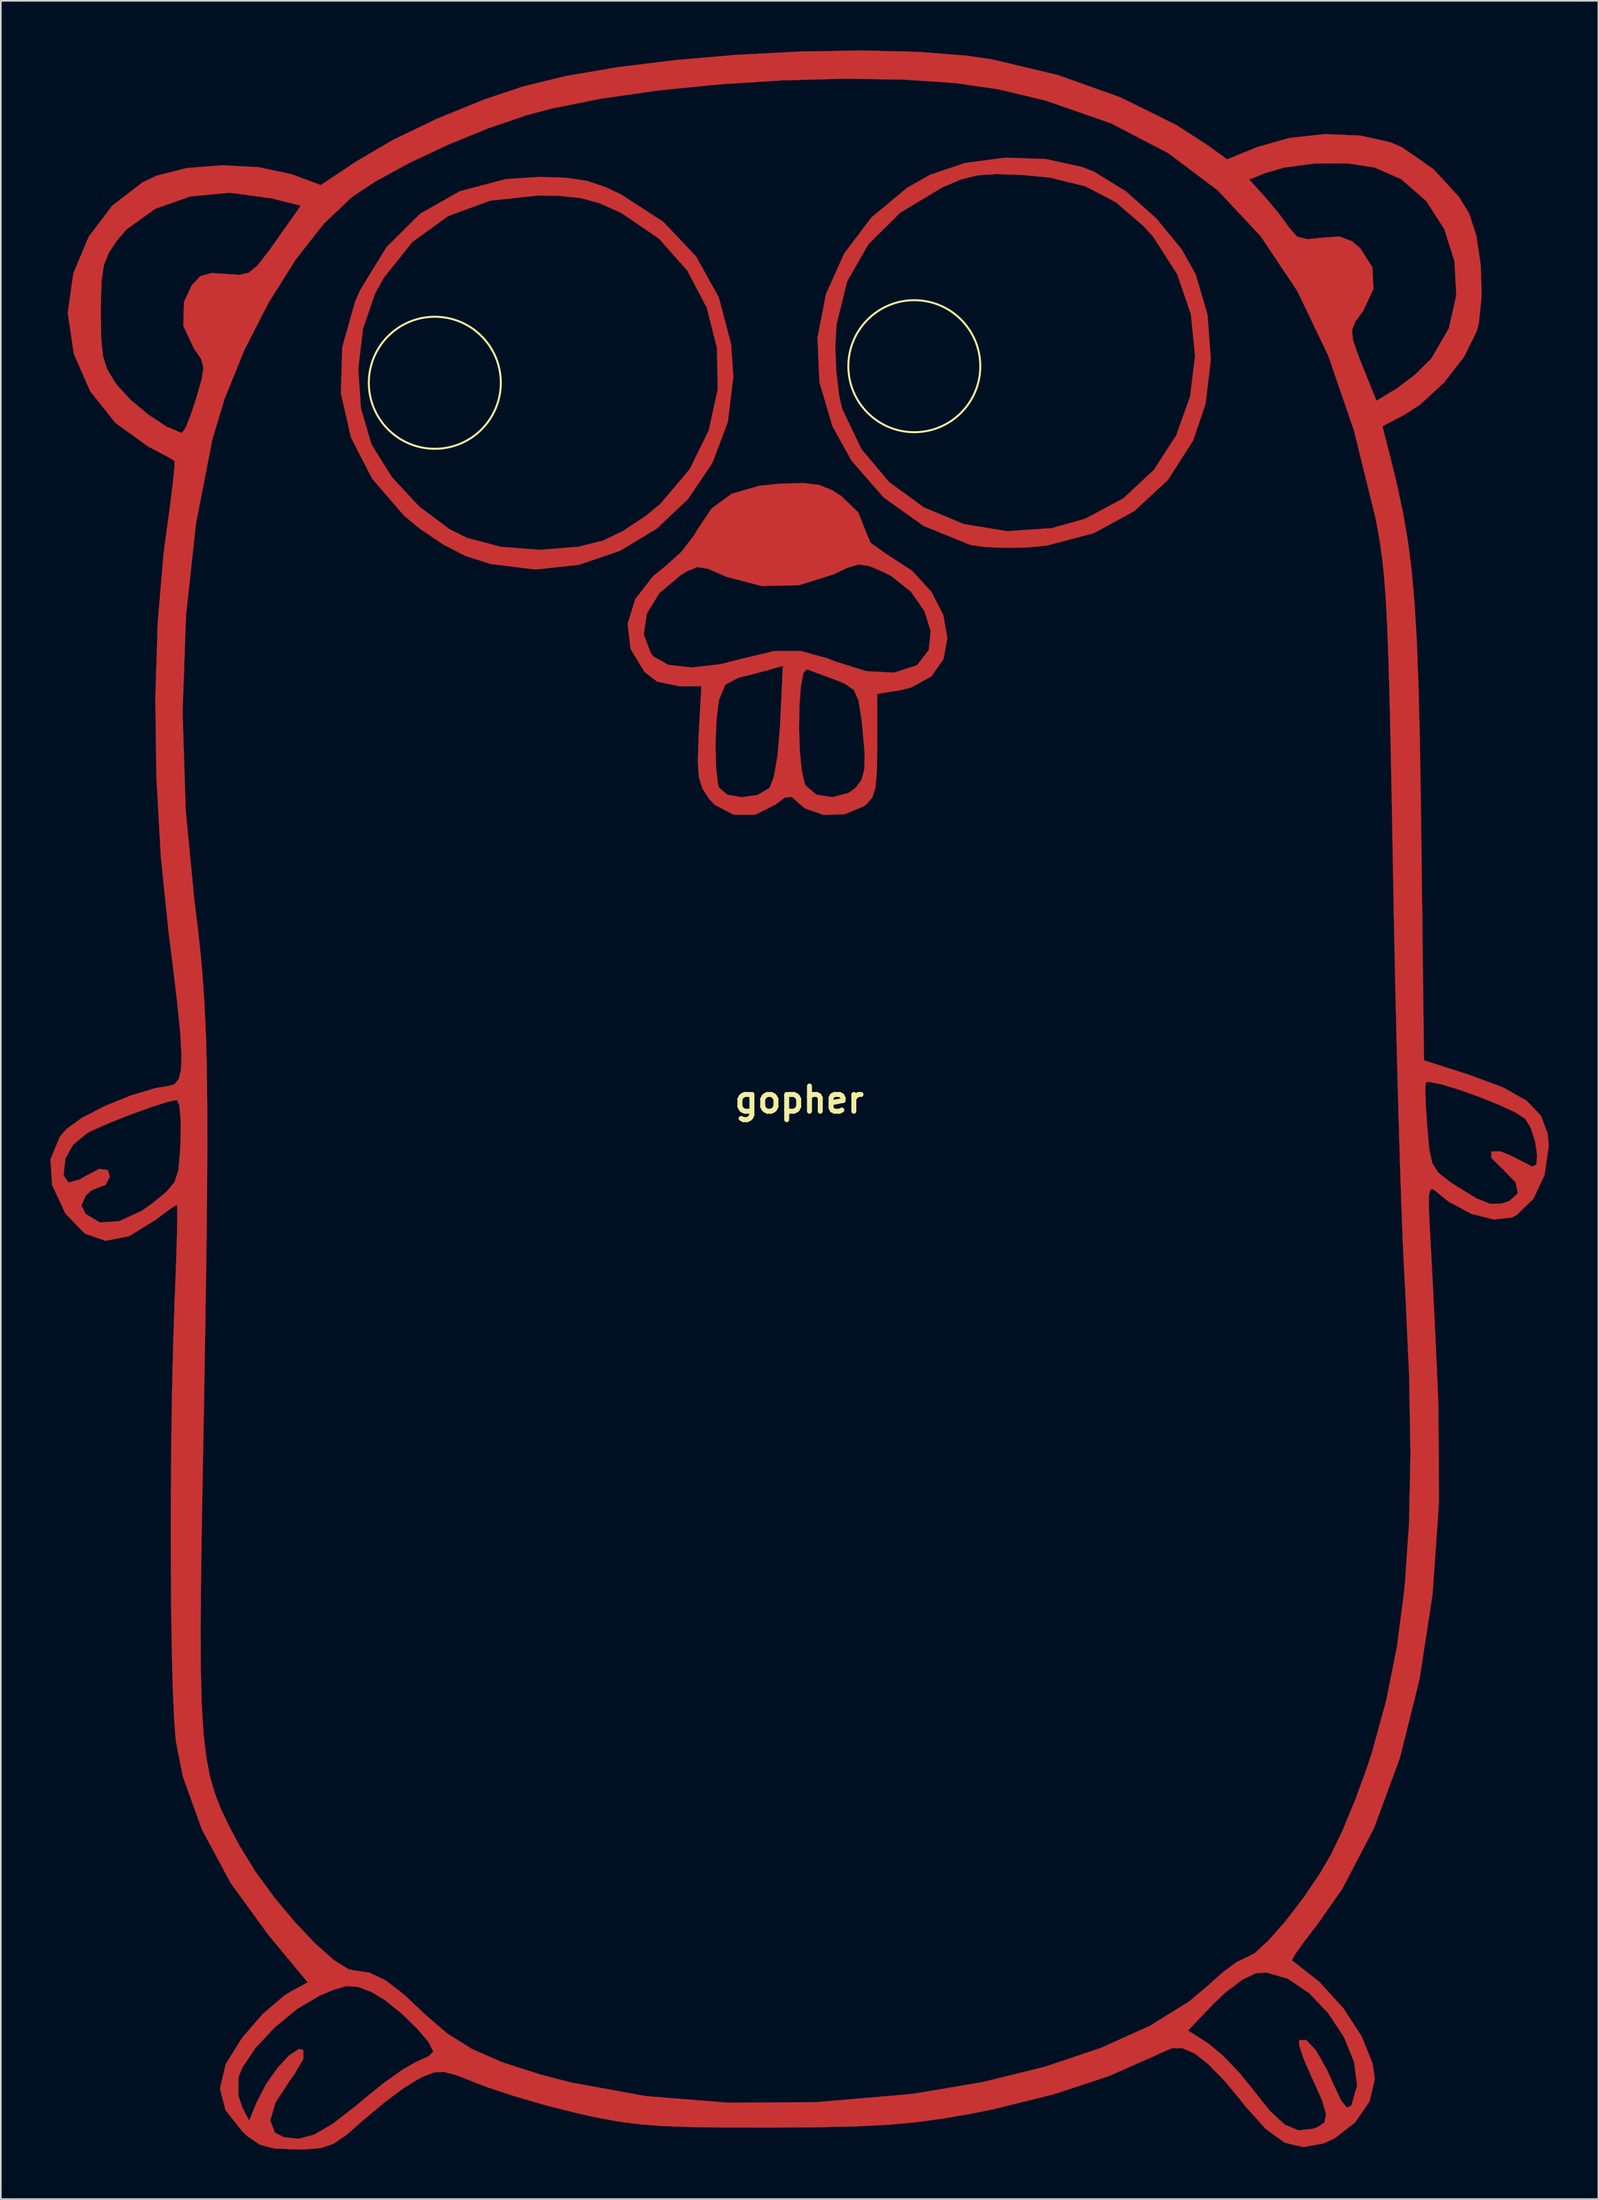
<source format=kicad_pcb>
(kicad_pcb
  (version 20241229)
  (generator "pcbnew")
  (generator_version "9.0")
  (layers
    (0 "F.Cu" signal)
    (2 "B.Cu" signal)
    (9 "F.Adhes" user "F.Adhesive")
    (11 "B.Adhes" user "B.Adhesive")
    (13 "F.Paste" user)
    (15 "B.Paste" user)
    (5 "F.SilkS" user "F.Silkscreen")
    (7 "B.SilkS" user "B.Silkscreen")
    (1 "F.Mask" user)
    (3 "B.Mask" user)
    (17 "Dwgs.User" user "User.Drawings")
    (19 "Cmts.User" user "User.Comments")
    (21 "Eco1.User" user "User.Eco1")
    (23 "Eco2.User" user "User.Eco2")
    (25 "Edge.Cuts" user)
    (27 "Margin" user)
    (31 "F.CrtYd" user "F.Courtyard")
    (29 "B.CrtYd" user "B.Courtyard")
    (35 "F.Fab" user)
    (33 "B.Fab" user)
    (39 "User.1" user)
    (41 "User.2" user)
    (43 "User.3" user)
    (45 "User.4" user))
  (footprint "gopher"
    (layer "F.Cu")
    (at 45.324 63.491)
    (property "Reference" "gopher" (at 0 0 0) (layer "F.SilkS") (effects (font (size 1.524 1.524) (thickness 0.3))))
    (attr through_hole)
    (fp_poly (pts (xy 14.911 -56.921) (xy 17.124 -56.438) (xy 17.859 -56.142) (xy 19.779 -54.955) (xy 21.608 -53.326) (xy 23.129 -51.473) (xy 23.991 -49.946) (xy 24.707 -47.493) (xy 24.907 -44.8) (xy 24.594 -42.133) (xy 23.843 -39.9) (xy 22.316 -37.512) (xy 20.284 -35.624) (xy 17.823 -34.283) (xy 15.007 -33.539) (xy 13.894 -33.425) (xy 12.447 -33.391) (xy 11.136 -33.453) (xy 10.341 -33.577) (xy 7.527 -34.721) (xy 5.103 -36.447) (xy 3.155 -38.681) (xy 2.005 -40.76) (xy 1.218 -43.42) (xy 1.127 -45.553) (xy 2.177 -45.553) (xy 2.242 -44.037) (xy 2.41 -42.629) (xy 2.598 -41.798) (xy 3.762 -39.368) (xy 5.446 -37.367) (xy 7.545 -35.841) (xy 9.953 -34.838) (xy 12.565 -34.405) (xy 15.277 -34.589) (xy 17.313 -35.161) (xy 19.618 -36.397) (xy 21.458 -38.112) (xy 22.808 -40.194) (xy 23.647 -42.531) (xy 23.953 -45.01) (xy 23.702 -47.52) (xy 22.873 -49.949) (xy 21.443 -52.183) (xy 20.852 -52.842) (xy 19.153 -54.31) (xy 17.325 -55.265) (xy 15.161 -55.796) (xy 13.553 -55.952) (xy 11.949 -56.009) (xy 10.788 -55.934) (xy 9.793 -55.684) (xy 8.685 -55.218) (xy 8.638 -55.196) (xy 6.099 -53.665) (xy 4.181 -51.765) (xy 2.896 -49.513) (xy 2.254 -46.923) (xy 2.177 -45.553) (xy 1.127 -45.553) (xy 1.102 -46.119) (xy 1.616 -48.75) (xy 2.719 -51.208) (xy 4.369 -53.387) (xy 6.526 -55.181) (xy 7.929 -55.974) (xy 10.046 -56.685) (xy 12.463 -57.002) (xy 14.911 -56.921)) (stroke (width 0.01) (type solid)) (fill yes) (layer "F.Cu"))
    (fp_poly (pts (xy -14.109 -55.787) (xy -12.849 -55.599) (xy -11.696 -55.209) (xy -10.812 -54.793) (xy -8.242 -53.129) (xy -6.255 -51.038) (xy -4.876 -48.559) (xy -4.128 -45.729) (xy -3.991 -43.749) (xy -4.326 -41.002) (xy -5.27 -38.515) (xy -6.733 -36.348) (xy -8.625 -34.561) (xy -10.856 -33.215) (xy -13.336 -32.369) (xy -15.974 -32.084) (xy -18.681 -32.42) (xy -20.21 -32.909) (xy -21.531 -33.587) (xy -22.976 -34.562) (xy -23.911 -35.335) (xy -25.854 -37.583) (xy -27.136 -40.081) (xy -27.744 -42.752) (xy -27.7 -44.247) (xy -26.692 -44.247) (xy -26.529 -41.841) (xy -25.911 -39.714) (xy -25.852 -39.587) (xy -24.648 -37.664) (xy -23.011 -35.904) (xy -21.17 -34.528) (xy -20.115 -33.999) (xy -18.064 -33.458) (xy -15.706 -33.277) (xy -13.376 -33.461) (xy -11.86 -33.839) (xy -10.647 -34.43) (xy -9.288 -35.333) (xy -8.397 -36.069) (xy -6.63 -38.159) (xy -5.482 -40.5) (xy -4.938 -42.983) (xy -4.983 -45.496) (xy -5.602 -47.929) (xy -6.779 -50.171) (xy -8.499 -52.111) (xy -10.747 -53.639) (xy -10.818 -53.675) (xy -12.07 -54.239) (xy -13.218 -54.556) (xy -14.571 -54.693) (xy -15.783 -54.714) (xy -18.718 -54.4) (xy -21.268 -53.459) (xy -23.414 -51.903) (xy -25.142 -49.74) (xy -25.676 -48.779) (xy -26.406 -46.653) (xy -26.692 -44.247) (xy -27.7 -44.247) (xy -27.662 -45.522) (xy -26.877 -48.314) (xy -26.572 -49.001) (xy -24.968 -51.609) (xy -22.954 -53.604) (xy -20.546 -54.973) (xy -17.761 -55.707) (xy -15.783 -55.838) (xy -14.109 -55.787)) (stroke (width 0.01) (type solid)) (fill yes) (layer "F.Cu"))
    (fp_poly (pts (xy 1.222 -37.2) (xy 2.015 -36.87) (xy 2.54 -36.533) (xy 3.577 -35.528) (xy 3.924 -34.639) (xy 4.305 -33.713) (xy 5.227 -33.049) (xy 6.838 -32.001) (xy 8.007 -30.721) (xy 8.719 -29.326) (xy 8.964 -27.933) (xy 8.727 -26.659) (xy 7.995 -25.621) (xy 6.756 -24.936) (xy 6.142 -24.792) (xy 4.717 -24.557) (xy 4.717 -21.451) (xy 4.698 -19.894) (xy 4.613 -18.904) (xy 4.424 -18.3) (xy 4.092 -17.904) (xy 3.911 -17.764) (xy 2.757 -17.28) (xy 1.465 -17.239) (xy 0.349 -17.631) (xy 0.058 -17.869) (xy -0.456 -18.324) (xy -0.876 -18.292) (xy -1.433 -17.869) (xy -2.67 -17.249) (xy -3.976 -17.25) (xy -5.128 -17.856) (xy -5.455 -18.21) (xy -5.859 -18.829) (xy -6.077 -19.509) (xy -6.144 -20.47) (xy -6.109 -21.528) (xy -5.071 -21.528) (xy -5.041 -20.143) (xy -4.921 -19.111) (xy -4.86 -18.894) (xy -4.359 -18.46) (xy -3.487 -18.309) (xy -2.542 -18.44) (xy -1.824 -18.854) (xy -1.787 -18.896) (xy -1.529 -19.582) (xy -1.314 -20.861) (xy -1.178 -22.453) (xy -0.013 -22.453) (xy 0.033 -21.09) (xy 0.149 -19.914) (xy 0.336 -19.112) (xy 0.376 -19.025) (xy 1.026 -18.47) (xy 1.995 -18.312) (xy 2.979 -18.566) (xy 3.421 -18.89) (xy 3.768 -19.366) (xy 3.94 -20.008) (xy 3.954 -20.989) (xy 3.822 -22.485) (xy 3.763 -23.007) (xy 3.588 -24.152) (xy 3.304 -24.796) (xy 2.752 -25.182) (xy 2.224 -25.394) (xy 1.246 -25.756) (xy 0.531 -26.023) (xy 0.454 -26.053) (xy 0.243 -25.804) (xy 0.094 -24.997) (xy 0.007 -23.818) (xy -0.013 -22.453) (xy -1.178 -22.453) (xy -1.167 -22.578) (xy -1.152 -22.875) (xy -0.995 -26.259) (xy -1.858 -26.008) (xy -2.92 -25.723) (xy -3.681 -25.539) (xy -4.475 -25.119) (xy -4.86 -24.197) (xy -4.861 -24.194) (xy -5.011 -22.975) (xy -5.071 -21.528) (xy -6.109 -21.528) (xy -6.096 -21.93) (xy -6.085 -22.132) (xy -5.926 -25.026) (xy -7.254 -25.026) (xy -8.6 -25.3) (xy -9.365 -25.885) (xy -10.211 -27.282) (xy -10.314 -28.153) (xy -9.412 -28.153) (xy -8.975 -27.005) (xy -8.834 -26.83) (xy -7.929 -26.316) (xy -6.525 -26.157) (xy -4.76 -26.357) (xy -3.414 -26.703) (xy -1.52 -27.152) (xy 0.092 -27.155) (xy 1.731 -26.704) (xy 2.177 -26.521) (xy 4.06 -25.934) (xy 5.735 -25.848) (xy 7.05 -26.27) (xy 7.176 -26.355) (xy 7.838 -27.224) (xy 7.952 -28.347) (xy 7.574 -29.57) (xy 6.762 -30.734) (xy 5.573 -31.684) (xy 5.158 -31.901) (xy 4.236 -32.296) (xy 3.583 -32.389) (xy 2.865 -32.17) (xy 2.087 -31.795) (xy -0.011 -31.137) (xy -2.266 -31.085) (xy -4.411 -31.643) (xy -4.588 -31.722) (xy -5.543 -32.136) (xy -6.159 -32.229) (xy -6.748 -32.005) (xy -7.176 -31.746) (xy -8.468 -30.658) (xy -9.228 -29.416) (xy -9.412 -28.153) (xy -10.314 -28.153) (xy -10.39 -28.794) (xy -9.925 -30.303) (xy -8.841 -31.69) (xy -8.134 -32.259) (xy -7.14 -33.15) (xy -6.34 -34.194) (xy -6.233 -34.391) (xy -5.311 -35.774) (xy -4.091 -36.666) (xy -2.428 -37.151) (xy -1.168 -37.28) (xy 0.252 -37.318) (xy 1.222 -37.2)) (stroke (width 0.01) (type solid)) (fill yes) (layer "F.Cu"))
    (fp_poly (pts (xy 7.169 -63.405) (xy 10.131 -63.173) (xy 11.655 -62.952) (xy 15.652 -62.001) (xy 19.428 -60.656) (xy 22.802 -58.989) (xy 24.65 -57.798) (xy 25.897 -56.901) (xy 27.735 -57.649) (xy 29.664 -58.196) (xy 31.813 -58.427) (xy 33.932 -58.341) (xy 35.766 -57.94) (xy 36.472 -57.635) (xy 38.382 -56.305) (xy 39.919 -54.638) (xy 40.54 -53.626) (xy 40.983 -52.266) (xy 41.242 -50.495) (xy 41.298 -48.634) (xy 41.13 -46.999) (xy 41.005 -46.51) (xy 40.238 -44.96) (xy 39.02 -43.391) (xy 37.571 -42.059) (xy 36.631 -41.453) (xy 35.294 -40.751) (xy 35.798 -38.772) (xy 36.216 -37.05) (xy 36.561 -35.41) (xy 36.842 -33.752) (xy 37.066 -31.977) (xy 37.241 -29.986) (xy 37.376 -27.682) (xy 37.479 -24.965) (xy 37.557 -21.736) (xy 37.619 -17.897) (xy 37.641 -16.229) (xy 37.809 -2.39) (xy 40.518 -1.524) (xy 42.589 -0.757) (xy 44.021 0.05) (xy 44.897 0.971) (xy 45.303 2.083) (xy 45.357 2.804) (xy 45.108 4.539) (xy 44.428 5.993) (xy 43.416 6.972) (xy 43.136 7.114) (xy 42.032 7.239) (xy 40.675 6.898) (xy 39.311 6.17) (xy 38.698 5.682) (xy 38.39 5.427) (xy 38.198 5.418) (xy 38.108 5.764) (xy 38.104 6.578) (xy 38.168 7.968) (xy 38.225 8.965) (xy 38.327 10.855) (xy 38.444 13.21) (xy 38.562 15.745) (xy 38.669 18.18) (xy 38.682 18.49) (xy 38.715 24.35) (xy 38.329 29.897) (xy 37.536 35.069) (xy 36.352 39.806) (xy 34.791 44.047) (xy 32.867 47.729) (xy 31.364 49.875) (xy 30.572 50.906) (xy 30.019 51.68) (xy 29.811 52.05) (xy 29.816 52.061) (xy 31.478 53.364) (xy 32.926 54.956) (xy 34.04 56.664) (xy 34.701 58.318) (xy 34.831 59.269) (xy 34.505 60.611) (xy 33.634 61.872) (xy 32.386 62.842) (xy 31.717 63.138) (xy 30.502 63.359) (xy 29.385 63.094) (xy 28.246 62.28) (xy 26.967 60.856) (xy 26.67 60.473) (xy 25.69 59.298) (xy 24.715 58.309) (xy 23.95 57.711) (xy 23.922 57.696) (xy 23.174 57.369) (xy 22.54 57.381) (xy 21.678 57.752) (xy 21.501 57.843) (xy 18.726 59.068) (xy 15.393 60.167) (xy 11.668 61.087) (xy 10.42 61.336) (xy 8.687 61.636) (xy 7.049 61.858) (xy 5.343 62.012) (xy 3.404 62.109) (xy 1.066 62.161) (xy -1.814 62.18) (xy -4.531 62.176) (xy -6.669 62.146) (xy -8.373 62.08) (xy -9.789 61.966) (xy -11.064 61.795) (xy -12.344 61.554) (xy -13.417 61.317) (xy -15.294 60.844) (xy -17.187 60.298) (xy -18.81 59.765) (xy -19.47 59.513) (xy -20.696 59.027) (xy -21.494 58.81) (xy -22.103 58.839) (xy -22.764 59.095) (xy -22.997 59.208) (xy -23.921 59.775) (xy -25.114 60.661) (xy -26.308 61.665) (xy -27.396 62.613) (xy -28.197 63.161) (xy -28.956 63.42) (xy -29.92 63.496) (xy -30.463 63.5) (xy -31.766 63.446) (xy -32.639 63.219) (xy -33.373 62.724) (xy -33.687 62.436) (xy -34.724 61.126) (xy -34.961 60.205) (xy -33.952 60.205) (xy -33.732 60.911) (xy -33.294 61.754) (xy -32.849 60.666) (xy -32.291 59.583) (xy -31.587 58.579) (xy -30.872 57.808) (xy -30.284 57.426) (xy -30.025 57.469) (xy -30.006 58.001) (xy -30.545 58.941) (xy -30.789 59.267) (xy -31.699 60.665) (xy -32.018 61.748) (xy -31.741 62.48) (xy -31.206 62.758) (xy -30.31 62.855) (xy -29.365 62.608) (xy -28.237 61.953) (xy -26.789 60.825) (xy -26.349 60.45) (xy -25.155 59.486) (xy -24.04 58.691) (xy -23.219 58.217) (xy -23.132 58.183) (xy -22.424 57.853) (xy -22.149 57.58) (xy -22.442 56.999) (xy -23.147 56.17) (xy -24.079 55.271) (xy -25.056 54.479) (xy -25.891 53.974) (xy -25.894 53.973) (xy -26.729 53.661) (xy -27.405 53.615) (xy -28.227 53.856) (xy -29.026 54.196) (xy -30.381 54.991) (xy -31.737 56.107) (xy -32.911 57.361) (xy -33.721 58.568) (xy -33.946 59.148) (xy -33.952 60.205) (xy -34.961 60.205) (xy -35.063 59.81) (xy -34.725 58.394) (xy -34.642 58.217) (xy -33.713 56.737) (xy -32.477 55.307) (xy -31.182 54.199) (xy -30.75 53.933) (xy -29.75 53.393) (xy -32.143 50.509) (xy -34.414 47.382) (xy -36.156 44.147) (xy -37.31 40.932) (xy -37.728 38.814) (xy -37.833 37.552) (xy -37.916 35.661) (xy -37.978 33.257) (xy -38.019 30.458) (xy -38.037 27.381) (xy -38.034 24.144) (xy -38.009 20.864) (xy -37.962 17.657) (xy -37.891 14.642) (xy -37.798 11.935) (xy -37.787 11.672) (xy -37.712 9.776) (xy -37.664 8.178) (xy -37.644 7.01) (xy -37.657 6.404) (xy -37.671 6.349) (xy -38.003 6.553) (xy -38.691 7.061) (xy -38.941 7.255) (xy -40.56 8.249) (xy -41.985 8.529) (xy -43.242 8.094) (xy -44.358 6.939) (xy -44.455 6.797) (xy -45.223 5.146) (xy -45.258 4.574) (xy -44.525 4.574) (xy -44.221 5.001) (xy -43.528 4.808) (xy -43.341 4.689) (xy -42.37 4.177) (xy -41.841 4.251) (xy -41.729 4.669) (xy -41.996 5.165) (xy -42.228 5.229) (xy -42.864 5.493) (xy -43.18 5.79) (xy -43.449 6.388) (xy -43.18 6.91) (xy -42.336 7.415) (xy -41.17 7.343) (xy -39.798 6.714) (xy -39.126 6.24) (xy -38.289 5.551) (xy -37.81 4.97) (xy -37.577 4.245) (xy -37.477 3.127) (xy -37.448 2.504) (xy -37.438 1.247) (xy -37.515 0.349) (xy -37.662 0.000058) (xy -37.664 0) (xy -38.257 0.13) (xy -39.296 0.466) (xy -40.554 0.924) (xy -41.807 1.421) (xy -42.83 1.875) (xy -43.078 2) (xy -43.952 2.717) (xy -44.419 3.553) (xy -44.525 4.574) (xy -45.258 4.574) (xy -45.319 3.593) (xy -44.746 2.221) (xy -44.347 1.759) (xy -43.4 1.077) (xy -42.007 0.363) (xy -40.438 -0.271) (xy -38.959 -0.712) (xy -38.191 -0.84) (xy -37.823 -0.943) (xy -37.567 -1.235) (xy -37.423 -1.799) (xy -37.39 -2.72) (xy -37.469 -4.082) (xy -37.658 -5.969) (xy -37.958 -8.465) (xy -38.168 -10.107) (xy -38.64 -14.715) (xy -38.909 -19.522) (xy -38.961 -23.465) (xy -37.325 -23.465) (xy -37.133 -17.472) (xy -36.61 -12.072) (xy -36.41 -10.462) (xy -36.242 -8.918) (xy -36.104 -7.369) (xy -35.995 -5.744) (xy -35.914 -3.973) (xy -35.859 -1.984) (xy -35.831 0.293) (xy -35.826 2.93) (xy -35.845 5.998) (xy -35.887 9.567) (xy -35.949 13.708) (xy -36.031 18.493) (xy -36.075 20.918) (xy -36.152 25.244) (xy -36.206 28.899) (xy -36.231 31.955) (xy -36.219 34.489) (xy -36.165 36.574) (xy -36.062 38.284) (xy -35.902 39.695) (xy -35.678 40.881) (xy -35.385 41.917) (xy -35.015 42.876) (xy -34.562 43.835) (xy -34.019 44.866) (xy -33.88 45.121) (xy -32.939 46.654) (xy -31.786 48.234) (xy -30.531 49.74) (xy -29.288 51.051) (xy -28.167 52.043) (xy -27.281 52.595) (xy -26.965 52.668) (xy -26.016 52.801) (xy -25.044 53.264) (xy -23.902 54.146) (xy -22.679 55.301) (xy -21.336 56.466) (xy -19.814 57.42) (xy -17.964 58.233) (xy -15.634 58.977) (xy -13.827 59.447) (xy -9.302 60.273) (xy -4.313 60.672) (xy 1.009 60.64) (xy 6.53 60.172) (xy 7.076 60.103) (xy 11.113 59.423) (xy 14.881 58.493) (xy 18.28 57.347) (xy 20.588 56.305) (xy 23.528 56.305) (xy 24.736 57.076) (xy 25.621 57.803) (xy 26.648 58.878) (xy 27.349 59.746) (xy 28.482 61.168) (xy 29.397 62.009) (xy 30.219 62.345) (xy 31.076 62.252) (xy 31.357 62.153) (xy 31.78 61.868) (xy 31.881 61.376) (xy 31.643 60.538) (xy 31.05 59.211) (xy 30.983 59.072) (xy 30.508 57.988) (xy 30.251 57.188) (xy 30.248 56.891) (xy 30.685 56.883) (xy 31.27 57.507) (xy 31.937 58.679) (xy 32.289 59.461) (xy 32.794 60.544) (xy 33.151 60.98) (xy 33.412 60.85) (xy 33.761 59.637) (xy 33.577 58.207) (xy 32.963 56.703) (xy 32.022 55.268) (xy 30.857 54.044) (xy 29.572 53.173) (xy 28.269 52.797) (xy 27.611 52.847) (xy 26.813 53.234) (xy 25.8 53.997) (xy 25.068 54.689) (xy 23.528 56.305) (xy 20.588 56.305) (xy 21.214 56.023) (xy 23.582 54.555) (xy 24.676 53.636) (xy 25.658 52.762) (xy 26.493 52.144) (xy 26.984 51.921) (xy 27.566 51.626) (xy 28.422 50.832) (xy 29.439 49.673) (xy 30.506 48.283) (xy 31.511 46.796) (xy 32.171 45.675) (xy 32.865 44.233) (xy 33.634 42.375) (xy 34.356 40.406) (xy 34.662 39.471) (xy 35.516 36.36) (xy 36.169 33.093) (xy 36.628 29.576) (xy 36.899 25.716) (xy 36.99 21.417) (xy 36.905 16.586) (xy 36.652 11.129) (xy 36.624 10.646) (xy 36.538 8.935) (xy 36.446 6.587) (xy 36.35 3.714) (xy 36.253 0.425) (xy 36.225 -0.65) (xy 37.887 -0.65) (xy 37.917 0.296) (xy 38.001 1.582) (xy 38.005 1.63) (xy 38.128 2.99) (xy 38.312 3.837) (xy 38.675 4.405) (xy 39.335 4.927) (xy 39.857 5.272) (xy 41.014 5.976) (xy 41.818 6.29) (xy 42.496 6.277) (xy 42.969 6.123) (xy 43.488 5.658) (xy 43.353 4.99) (xy 42.582 4.198) (xy 42.546 4.17) (xy 41.895 3.519) (xy 41.878 3.129) (xy 42.418 3.112) (xy 43.088 3.382) (xy 43.882 3.791) (xy 44.359 4.035) (xy 44.612 3.907) (xy 44.655 3.313) (xy 44.526 2.49) (xy 44.258 1.675) (xy 43.928 1.143) (xy 43.367 0.778) (xy 42.382 0.316) (xy 41.169 -0.173) (xy 39.921 -0.617) (xy 38.834 -0.945) (xy 38.102 -1.087) (xy 37.917 -1.054) (xy 37.887 -0.65) (xy 36.225 -0.65) (xy 36.158 -3.169) (xy 36.069 -6.957) (xy 35.988 -10.829) (xy 35.937 -13.634) (xy 35.862 -17.84) (xy 35.792 -21.375) (xy 35.724 -24.317) (xy 35.654 -26.742) (xy 35.577 -28.725) (xy 35.491 -30.345) (xy 35.391 -31.676) (xy 35.272 -32.797) (xy 35.133 -33.783) (xy 34.968 -34.711) (xy 34.85 -35.299) (xy 33.569 -40.493) (xy 32.012 -45.023) (xy 30.143 -48.928) (xy 27.927 -52.247) (xy 25.329 -55.02) (xy 24.452 -55.68) (xy 27.228 -55.68) (xy 28.172 -54.641) (xy 28.965 -53.702) (xy 29.619 -52.822) (xy 29.657 -52.763) (xy 30.13 -52.225) (xy 30.766 -52.067) (xy 31.624 -52.16) (xy 32.696 -52.233) (xy 33.459 -51.942) (xy 33.942 -51.532) (xy 34.685 -50.37) (xy 34.75 -49.06) (xy 34.13 -47.738) (xy 34.109 -47.71) (xy 33.648 -47.073) (xy 33.45 -46.556) (xy 33.519 -45.931) (xy 33.858 -44.969) (xy 34.158 -44.22) (xy 34.933 -42.294) (xy 36.15 -43.033) (xy 37.249 -43.857) (xy 38.235 -44.835) (xy 38.268 -44.875) (xy 39.315 -46.684) (xy 39.764 -48.685) (xy 39.656 -50.731) (xy 39.035 -52.678) (xy 37.944 -54.383) (xy 36.427 -55.699) (xy 34.821 -56.409) (xy 33.166 -56.66) (xy 31.221 -56.653) (xy 29.347 -56.404) (xy 28.219 -56.077) (xy 27.228 -55.68) (xy 24.452 -55.68) (xy 22.315 -57.286) (xy 18.85 -59.085) (xy 14.898 -60.457) (xy 12.064 -61.135) (xy 9.453 -61.514) (xy 6.297 -61.725) (xy 2.759 -61.777) (xy -1.002 -61.679) (xy -4.824 -61.439) (xy -8.546 -61.067) (xy -12.007 -60.57) (xy -15.046 -59.959) (xy -16.492 -59.573) (xy -18.824 -58.779) (xy -21.27 -57.78) (xy -23.62 -56.672) (xy -25.664 -55.556) (xy -27.06 -54.63) (xy -28.767 -53.017) (xy -30.486 -50.825) (xy -32.125 -48.217) (xy -33.59 -45.353) (xy -34.789 -42.393) (xy -35.521 -39.957) (xy -36.512 -34.874) (xy -37.116 -29.321) (xy -37.325 -23.465) (xy -38.961 -23.465) (xy -38.972 -24.315) (xy -38.829 -28.882) (xy -38.478 -33.01) (xy -38.332 -34.128) (xy -38.096 -35.85) (xy -37.919 -37.277) (xy -37.818 -38.262) (xy -37.809 -38.657) (xy -37.809 -38.658) (xy -38.17 -38.869) (xy -38.958 -39.293) (xy -39.422 -39.535) (xy -41.392 -40.957) (xy -42.919 -42.876) (xy -43.909 -45.135) (xy -44.268 -47.58) (xy -44.269 -47.625) (xy -42.273 -47.625) (xy -42.249 -46.053) (xy -42.141 -44.994) (xy -41.896 -44.217) (xy -41.46 -43.488) (xy -41.256 -43.206) (xy -40.447 -42.33) (xy -39.388 -41.452) (xy -38.315 -40.743) (xy -37.462 -40.375) (xy -37.35 -40.358) (xy -37.14 -40.673) (xy -36.808 -41.508) (xy -36.513 -42.403) (xy -36.171 -43.58) (xy -36.064 -44.302) (xy -36.202 -44.823) (xy -36.594 -45.397) (xy -36.628 -45.441) (xy -37.276 -46.819) (xy -37.243 -48.261) (xy -36.78 -49.266) (xy -36.262 -49.83) (xy -35.576 -50.021) (xy -34.694 -49.971) (xy -33.897 -49.913) (xy -33.327 -50.037) (xy -32.801 -50.467) (xy -32.132 -51.322) (xy -31.685 -51.952) (xy -30.168 -54.1) (xy -31.984 -54.548) (xy -34.488 -54.88) (xy -36.866 -54.654) (xy -38.981 -53.907) (xy -40.699 -52.678) (xy -41.295 -51.99) (xy -41.791 -51.243) (xy -42.085 -50.506) (xy -42.228 -49.548) (xy -42.271 -48.139) (xy -42.273 -47.625) (xy -44.269 -47.625) (xy -43.937 -50.005) (xy -43.008 -52.214) (xy -41.582 -54.098) (xy -39.76 -55.502) (xy -38.91 -55.908) (xy -37.094 -56.371) (xy -34.923 -56.544) (xy -32.71 -56.424) (xy -30.767 -56.011) (xy -30.536 -55.93) (xy -28.959 -55.345) (xy -26.806 -56.778) (xy -24.579 -58.083) (xy -21.895 -59.376) (xy -19.018 -60.54) (xy -16.691 -61.318) (xy -14.102 -61.947) (xy -10.964 -62.482) (xy -7.444 -62.913) (xy -3.705 -63.23) (xy 0.086 -63.424) (xy 3.766 -63.486) (xy 7.169 -63.405)) (stroke (width 0.01) (type solid)) (fill yes) (layer "F.Cu"))
    (fp_circle (center -22.058 -43.383) (end -18.064 -43.383) (stroke (width 0.12) (type solid)) (fill no) (layer "F.SilkS"))
    (fp_circle (center 6.962 -44.386) (end 10.955 -44.386) (stroke (width 0.12) (type solid)) (fill no) (layer "F.SilkS")))
  (gr_rect
    (start -3 -3)
    (end 93.686 129.996)
    (stroke (width 0.1) (type default))
    (fill no)
    (layer "Edge.Cuts")))
</source>
